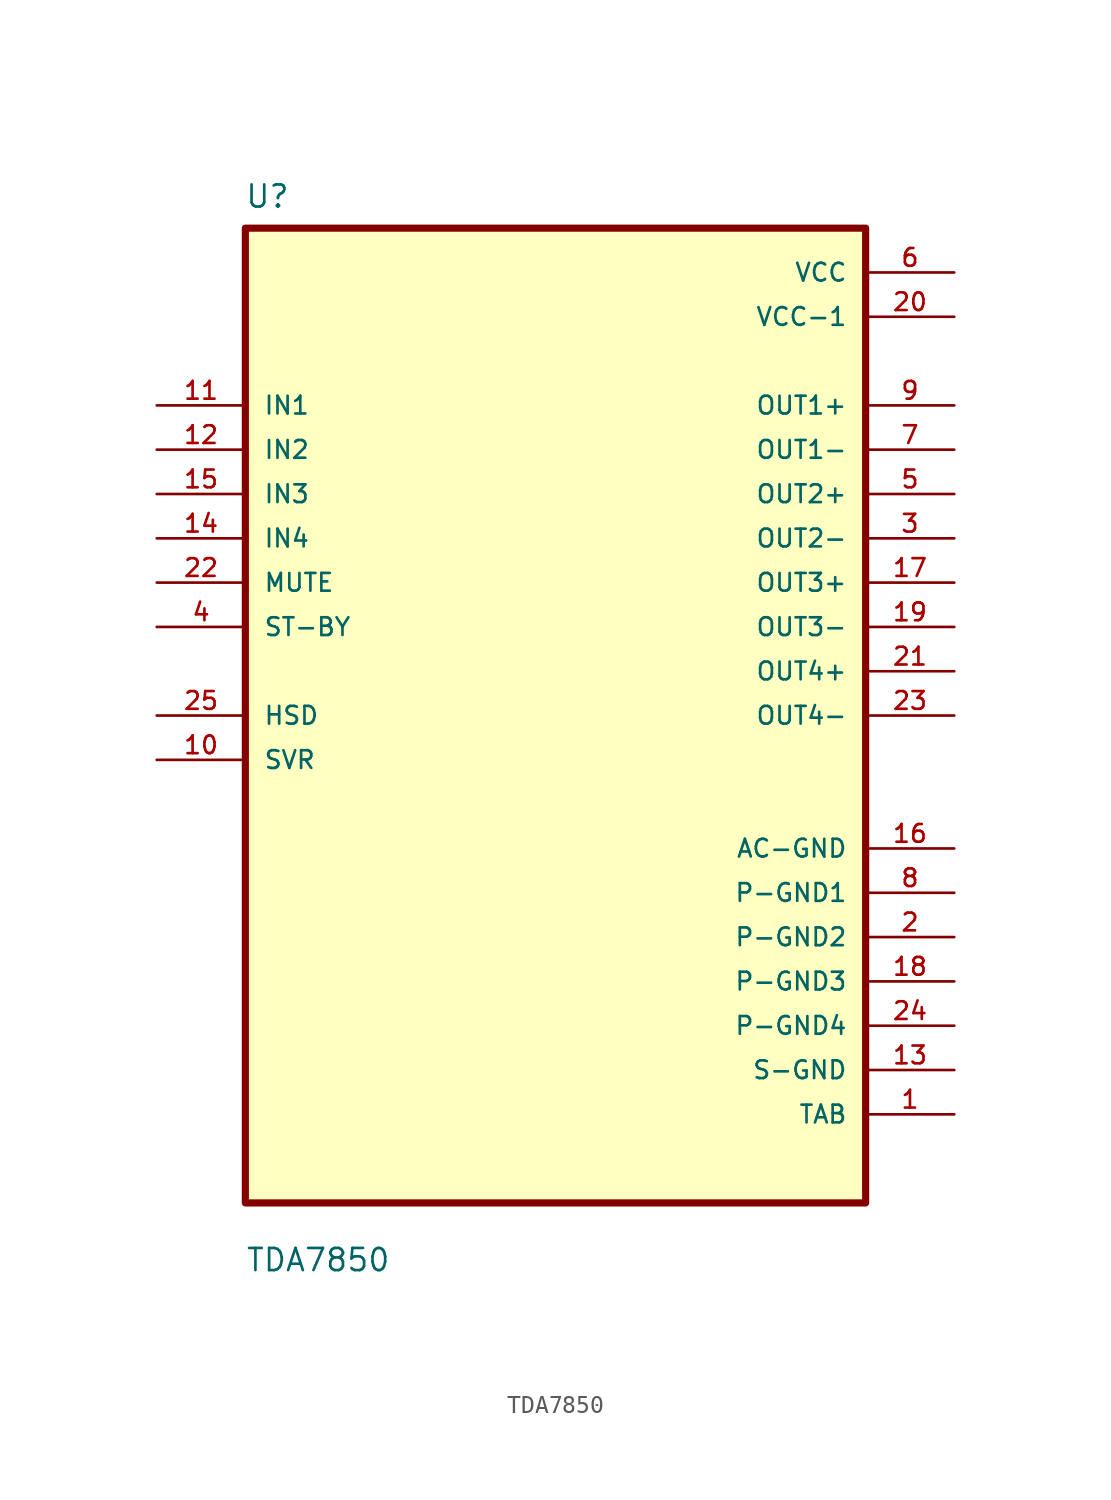
<source format=kicad_sym>
(kicad_symbol_lib
  (version 20211014)
  (generator kicad_symbol_editor)
  (symbol "TDA7850"
    (pin_names
      (offset 1.016))
    (property "Reference" "U"
      (at -17.826 29.015 0.0)
      (effects (font (size 1.27 1.27)) (justify bottom left)))
    (property "Value" "TDA7850"
      (at -17.787 -31.953 0.0)
      (effects (font (size 1.27 1.27)) (justify bottom left)))
    (symbol "TDA7850_0_0"
      (rectangle (start -17.78 -27.94) (end 17.78 27.94) (stroke (width 0.41)) (fill (type background)))
      (pin input line (at -22.86 17.78 0) (length 5.08) (name "IN1" (effects (font (size 1.016 1.016)))) (number "11" (effects (font (size 1.016 1.016)))))
      (pin input line (at -22.86 15.24 0) (length 5.08) (name "IN2" (effects (font (size 1.016 1.016)))) (number "12" (effects (font (size 1.016 1.016)))))
      (pin input line (at -22.86 12.7 0) (length 5.08) (name "IN3" (effects (font (size 1.016 1.016)))) (number "15" (effects (font (size 1.016 1.016)))))
      (pin input line (at -22.86 10.16 0) (length 5.08) (name "IN4" (effects (font (size 1.016 1.016)))) (number "14" (effects (font (size 1.016 1.016)))))
      (pin input line (at -22.86 7.62 0) (length 5.08) (name "MUTE" (effects (font (size 1.016 1.016)))) (number "22" (effects (font (size 1.016 1.016)))))
      (pin input line (at -22.86 5.08 0) (length 5.08) (name "ST-BY" (effects (font (size 1.016 1.016)))) (number "4" (effects (font (size 1.016 1.016)))))
      (pin bidirectional line (at -22.86 3.55271e-15 0) (length 5.08) (name "HSD" (effects (font (size 1.016 1.016)))) (number "25" (effects (font (size 1.016 1.016)))))
      (pin bidirectional line (at -22.86 -2.54 0) (length 5.08) (name "SVR" (effects (font (size 1.016 1.016)))) (number "10" (effects (font (size 1.016 1.016)))))
      (pin power_in line (at 22.86 25.4 180.0) (length 5.08) (name "VCC" (effects (font (size 1.016 1.016)))) (number "6" (effects (font (size 1.016 1.016)))))
      (pin power_in line (at 22.86 22.86 180.0) (length 5.08) (name "VCC-1" (effects (font (size 1.016 1.016)))) (number "20" (effects (font (size 1.016 1.016)))))
      (pin output line (at 22.86 17.78 180.0) (length 5.08) (name "OUT1+" (effects (font (size 1.016 1.016)))) (number "9" (effects (font (size 1.016 1.016)))))
      (pin output line (at 22.86 15.24 180.0) (length 5.08) (name "OUT1-" (effects (font (size 1.016 1.016)))) (number "7" (effects (font (size 1.016 1.016)))))
      (pin output line (at 22.86 12.7 180.0) (length 5.08) (name "OUT2+" (effects (font (size 1.016 1.016)))) (number "5" (effects (font (size 1.016 1.016)))))
      (pin output line (at 22.86 10.16 180.0) (length 5.08) (name "OUT2-" (effects (font (size 1.016 1.016)))) (number "3" (effects (font (size 1.016 1.016)))))
      (pin output line (at 22.86 7.62 180.0) (length 5.08) (name "OUT3+" (effects (font (size 1.016 1.016)))) (number "17" (effects (font (size 1.016 1.016)))))
      (pin output line (at 22.86 5.08 180.0) (length 5.08) (name "OUT3-" (effects (font (size 1.016 1.016)))) (number "19" (effects (font (size 1.016 1.016)))))
      (pin output line (at 22.86 2.54 180.0) (length 5.08) (name "OUT4+" (effects (font (size 1.016 1.016)))) (number "21" (effects (font (size 1.016 1.016)))))
      (pin output line (at 22.86 3.55271e-15 180.0) (length 5.08) (name "OUT4-" (effects (font (size 1.016 1.016)))) (number "23" (effects (font (size 1.016 1.016)))))
      (pin power_in line (at 22.86 -7.62 180.0) (length 5.08) (name "AC-GND" (effects (font (size 1.016 1.016)))) (number "16" (effects (font (size 1.016 1.016)))))
      (pin power_in line (at 22.86 -10.16 180.0) (length 5.08) (name "P-GND1" (effects (font (size 1.016 1.016)))) (number "8" (effects (font (size 1.016 1.016)))))
      (pin power_in line (at 22.86 -12.7 180.0) (length 5.08) (name "P-GND2" (effects (font (size 1.016 1.016)))) (number "2" (effects (font (size 1.016 1.016)))))
      (pin power_in line (at 22.86 -15.24 180.0) (length 5.08) (name "P-GND3" (effects (font (size 1.016 1.016)))) (number "18" (effects (font (size 1.016 1.016)))))
      (pin power_in line (at 22.86 -17.78 180.0) (length 5.08) (name "P-GND4" (effects (font (size 1.016 1.016)))) (number "24" (effects (font (size 1.016 1.016)))))
      (pin power_in line (at 22.86 -20.32 180.0) (length 5.08) (name "S-GND" (effects (font (size 1.016 1.016)))) (number "13" (effects (font (size 1.016 1.016)))))
      (pin power_in line (at 22.86 -22.86 180.0) (length 5.08) (name "TAB" (effects (font (size 1.016 1.016)))) (number "1" (effects (font (size 1.016 1.016))))))))
</source>
